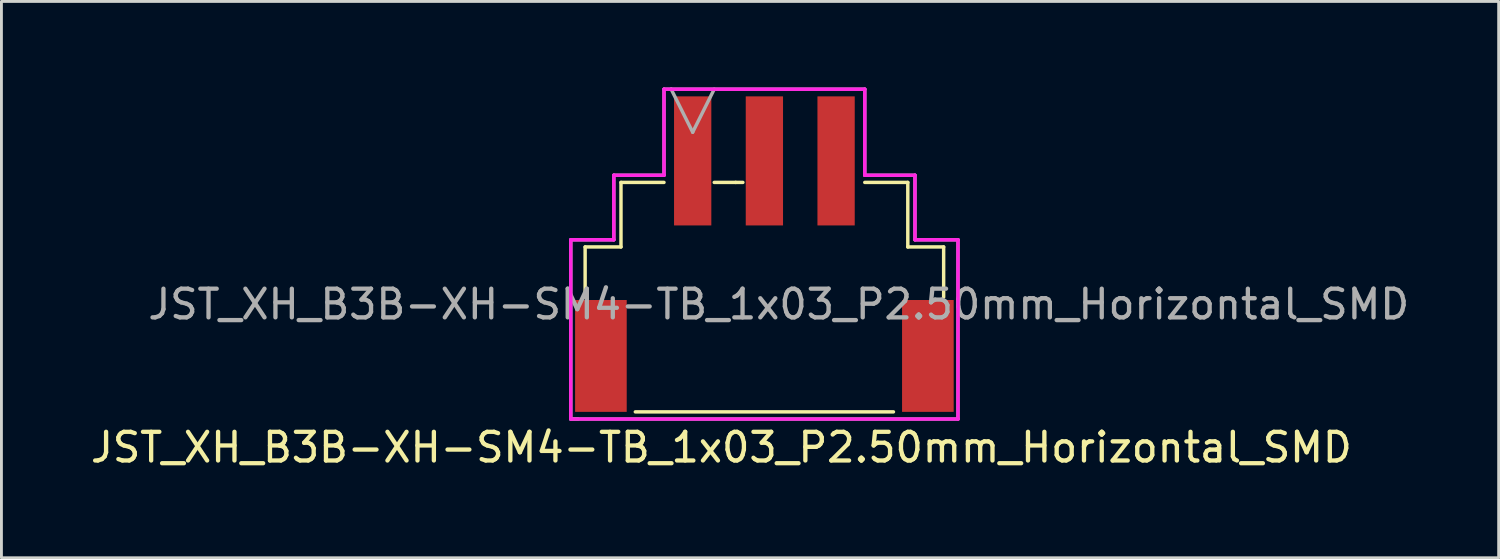
<source format=kicad_pcb>
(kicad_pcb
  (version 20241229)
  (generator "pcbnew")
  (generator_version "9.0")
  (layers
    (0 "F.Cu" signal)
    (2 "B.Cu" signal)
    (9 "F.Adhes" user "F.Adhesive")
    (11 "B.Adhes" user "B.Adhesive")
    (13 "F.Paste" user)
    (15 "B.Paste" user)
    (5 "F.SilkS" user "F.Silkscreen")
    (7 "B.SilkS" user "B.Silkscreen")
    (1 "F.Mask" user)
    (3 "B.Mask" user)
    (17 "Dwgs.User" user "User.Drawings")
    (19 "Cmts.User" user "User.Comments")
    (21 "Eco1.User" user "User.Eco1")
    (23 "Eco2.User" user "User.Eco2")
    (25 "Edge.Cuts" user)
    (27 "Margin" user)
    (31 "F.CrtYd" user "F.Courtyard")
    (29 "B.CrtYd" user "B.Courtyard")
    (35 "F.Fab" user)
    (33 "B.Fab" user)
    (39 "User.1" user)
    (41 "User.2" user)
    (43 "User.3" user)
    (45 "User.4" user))
  (footprint "JST_XH_B3B-XH-SM4-TB_1x03_P2.50mm_Horizontal_SMD"
    (layer "F.Cu")
    (at 23.601 2.56)
    (property "Reference" "JST_XH_B3B-XH-SM4-TB_1x03_P2.50mm_Horizontal_SMD" (at -1.5 9.99 0) (layer "F.SilkS") (effects (font (size 1 1) (thickness 0.15))))
    (attr smd)
    (fp_line (start -6.25 3) (end -5 3) (stroke (width 0.12) (type solid)) (layer "F.SilkS"))
    (fp_line (start -6.25 4.75) (end -6.25 3) (stroke (width 0.12) (type solid)) (layer "F.SilkS"))
    (fp_line (start -5 0.75) (end -3.5 0.75) (stroke (width 0.12) (type solid)) (layer "F.SilkS"))
    (fp_line (start -5 3) (end -5 0.75) (stroke (width 0.12) (type solid)) (layer "F.SilkS"))
    (fp_line (start -4.5 8.75) (end 4.5 8.75) (stroke (width 0.12) (type solid)) (layer "F.SilkS"))
    (fp_line (start -1.75 0.75) (end -1 0.75) (stroke (width 0.12) (type solid)) (layer "F.SilkS"))
    (fp_line (start -1 0.75) (end -0.75 0.75) (stroke (width 0.12) (type solid)) (layer "F.SilkS"))
    (fp_line (start 3.5 0.75) (end 5 0.75) (stroke (width 0.12) (type solid)) (layer "F.SilkS"))
    (fp_line (start 5 0.75) (end 5 3) (stroke (width 0.12) (type solid)) (layer "F.SilkS"))
    (fp_line (start 5 3) (end 6.25 3) (stroke (width 0.12) (type solid)) (layer "F.SilkS"))
    (fp_line (start 6.25 3) (end 6.25 4.75) (stroke (width 0.12) (type solid)) (layer "F.SilkS"))
    (fp_line (start -6.75 2.75) (end -6.75 9) (stroke (width 0.12) (type solid)) (layer "F.CrtYd"))
    (fp_line (start -6.75 9) (end 6.75 9) (stroke (width 0.12) (type solid)) (layer "F.CrtYd"))
    (fp_line (start -5.25 0.5) (end -5.25 2.75) (stroke (width 0.12) (type solid)) (layer "F.CrtYd"))
    (fp_line (start -5.25 2.75) (end -6.75 2.75) (stroke (width 0.12) (type solid)) (layer "F.CrtYd"))
    (fp_line (start -3.5 -2.5) (end -3.5 0.5) (stroke (width 0.12) (type solid)) (layer "F.CrtYd"))
    (fp_line (start -3.5 0.5) (end -5.25 0.5) (stroke (width 0.12) (type solid)) (layer "F.CrtYd"))
    (fp_line (start 3.5 -2.5) (end -3.5 -2.5) (stroke (width 0.12) (type solid)) (layer "F.CrtYd"))
    (fp_line (start 3.5 0.5) (end 3.5 -2.5) (stroke (width 0.12) (type solid)) (layer "F.CrtYd"))
    (fp_line (start 5.25 0.5) (end 3.5 0.5) (stroke (width 0.12) (type solid)) (layer "F.CrtYd"))
    (fp_line (start 5.25 2.75) (end 5.25 0.5) (stroke (width 0.12) (type solid)) (layer "F.CrtYd"))
    (fp_line (start 6.75 2.75) (end 5.25 2.75) (stroke (width 0.12) (type solid)) (layer "F.CrtYd"))
    (fp_line (start 6.75 9) (end 6.75 2.75) (stroke (width 0.12) (type solid)) (layer "F.CrtYd"))
    (fp_line (start -6.75 2.75) (end -6.75 9) (stroke (width 0.12) (type solid)) (layer "F.Fab"))
    (fp_line (start -6.75 9) (end -6.5 9) (stroke (width 0.12) (type solid)) (layer "F.Fab"))
    (fp_line (start -6.75 9) (end 6.75 9) (stroke (width 0.12) (type solid)) (layer "F.Fab"))
    (fp_line (start -5.25 0.5) (end -5.25 2.75) (stroke (width 0.12) (type solid)) (layer "F.Fab"))
    (fp_line (start -5.25 2.75) (end -6.75 2.75) (stroke (width 0.12) (type solid)) (layer "F.Fab"))
    (fp_line (start -3.5 -2.5) (end -3.5 0.5) (stroke (width 0.12) (type solid)) (layer "F.Fab"))
    (fp_line (start -3.5 0.5) (end -5.25 0.5) (stroke (width 0.12) (type solid)) (layer "F.Fab"))
    (fp_line (start -3.25 -2.5) (end -3.5 -2.5) (stroke (width 0.12) (type solid)) (layer "F.Fab"))
    (fp_line (start -3.25 -2.5) (end -2.5 -1) (stroke (width 0.12) (type solid)) (layer "F.Fab"))
    (fp_line (start -2.5 -1) (end -1.75 -2.5) (stroke (width 0.12) (type solid)) (layer "F.Fab"))
    (fp_line (start 3.5 -2.5) (end -3.25 -2.5) (stroke (width 0.12) (type solid)) (layer "F.Fab"))
    (fp_line (start 3.5 0.5) (end 3.5 -2.5) (stroke (width 0.12) (type solid)) (layer "F.Fab"))
    (fp_line (start 5.25 0.5) (end 3.5 0.5) (stroke (width 0.12) (type solid)) (layer "F.Fab"))
    (fp_line (start 5.25 2.75) (end 5.25 0.5) (stroke (width 0.12) (type solid)) (layer "F.Fab"))
    (fp_line (start 6.75 2.75) (end 5.25 2.75) (stroke (width 0.12) (type solid)) (layer "F.Fab"))
    (fp_line (start 6.75 9) (end 6.75 2.75) (stroke (width 0.12) (type solid)) (layer "F.Fab"))
    (fp_text user "${REFERENCE}" (at 0.5 5 0) (layer "F.Fab") (effects (font (size 1 1) (thickness 0.15))))
    (pad "" smd rect (at -5.7 6.8) (size 1.8 3.9) (layers "F.Cu" "F.Mask" "F.Paste"))
    (pad "" smd rect (at 5.7 6.8) (size 1.8 3.9) (layers "F.Cu" "F.Mask" "F.Paste"))
    (pad "1" smd rect (at -2.5 0) (size 1.3 4.5) (layers "F.Cu" "F.Mask" "F.Paste"))
    (pad "2" smd rect (at 0 0) (size 1.3 4.5) (layers "F.Cu" "F.Mask" "F.Paste"))
    (pad "3" smd rect (at 2.5 0) (size 1.3 4.5) (layers "F.Cu" "F.Mask" "F.Paste")))
  (gr_rect
    (start -3 -3)
    (end 49.202 16.398)
    (stroke (width 0.1) (type default))
    (fill no)
    (layer "Edge.Cuts")))
</source>
